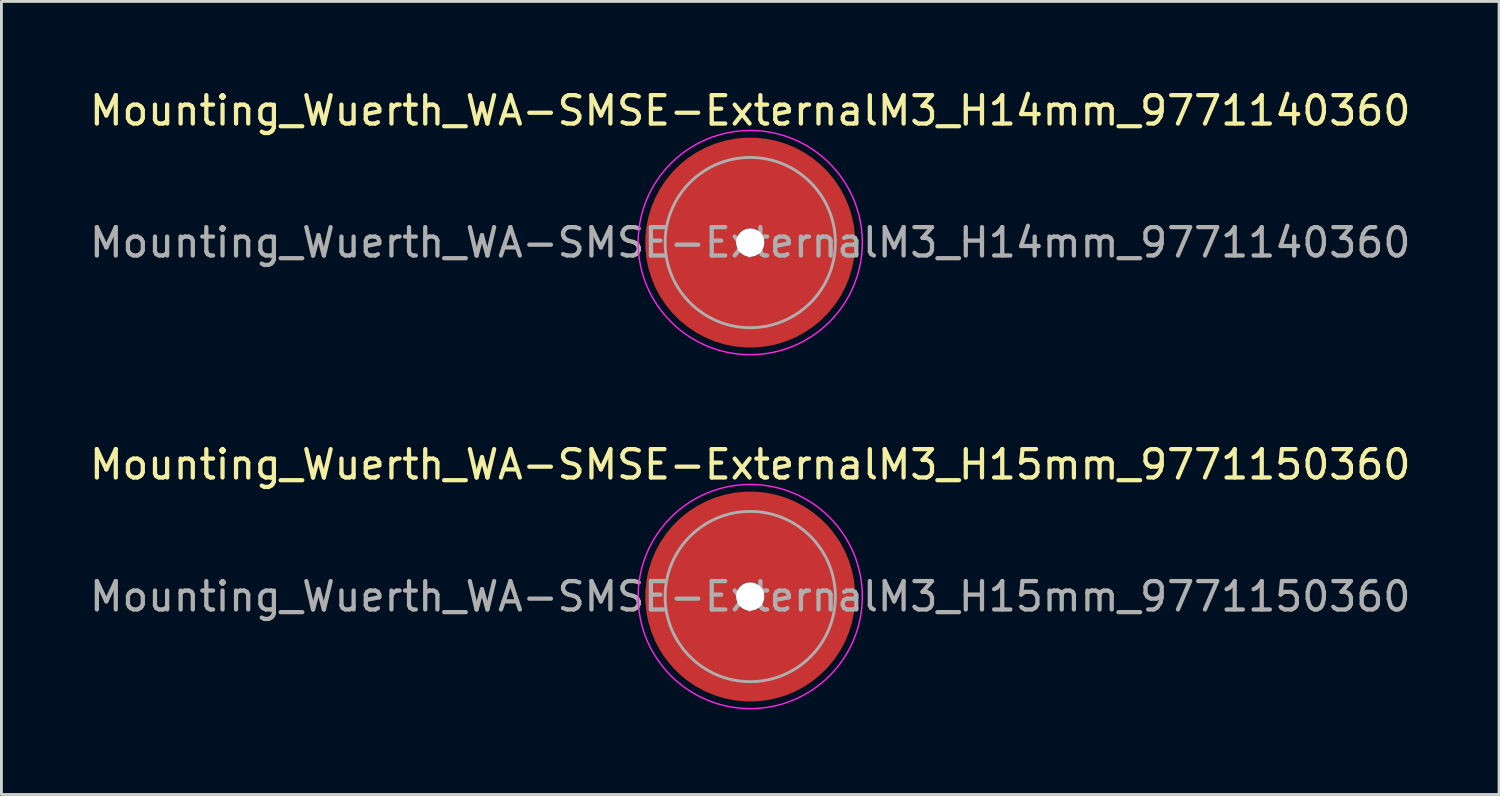
<source format=kicad_pcb>
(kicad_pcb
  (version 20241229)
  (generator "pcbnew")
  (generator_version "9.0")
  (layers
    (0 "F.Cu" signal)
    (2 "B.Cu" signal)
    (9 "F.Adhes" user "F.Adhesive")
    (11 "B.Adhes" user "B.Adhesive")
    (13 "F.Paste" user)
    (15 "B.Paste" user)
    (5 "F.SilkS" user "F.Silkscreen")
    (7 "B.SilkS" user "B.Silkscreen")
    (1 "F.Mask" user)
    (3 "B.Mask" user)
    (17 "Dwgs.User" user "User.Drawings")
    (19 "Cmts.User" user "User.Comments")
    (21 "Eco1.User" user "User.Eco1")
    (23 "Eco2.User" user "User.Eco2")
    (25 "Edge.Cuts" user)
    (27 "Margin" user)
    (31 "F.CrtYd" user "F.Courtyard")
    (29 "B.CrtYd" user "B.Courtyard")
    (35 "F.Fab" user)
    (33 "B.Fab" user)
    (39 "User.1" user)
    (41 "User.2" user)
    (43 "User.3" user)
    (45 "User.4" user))
  (footprint "Mounting_Wuerth_WA-SMSE-ExternalM3_H15mm_9771150360"
    (layer "F.Cu")
    (at 23.387 17.971)
    (property "Reference" "Mounting_Wuerth_WA-SMSE-ExternalM3_H15mm_9771150360" (at 0 -4.65 0) (layer "F.SilkS") (effects (font (size 1 1) (thickness 0.15))))
    (attr smd allow_soldermask_bridges)
    (fp_circle (center 0 0) (end 3.95 0) (stroke (width 0.05) (type solid)) (fill no) (layer "F.CrtYd"))
    (fp_circle (center 0 0) (end 3 0) (stroke (width 0.1) (type solid)) (fill no) (layer "F.Fab"))
    (fp_text user "${REFERENCE}" (at 0 0 0) (layer "F.Fab") (effects (font (size 1 1) (thickness 0.15))))
    (pad "" smd custom (at 0 -2.1) (size 1.5 1.5) (layers "F.Paste") (options (anchor circle)) (primitives (gr_arc (start -0.305123 1.47) (mid 0.371762 1.506879) (end 0.7 2.1) (width 0.2)) (gr_arc (start -0.493052 1.47) (mid 0.350399 1.380819) (end 0.8 2.1) (width 0.2)) (gr_arc (start -0.642729 1.47) (mid 0.340253 1.266797) (end 0.9 2.1) (width 0.2)) (gr_arc (start -0.776595 1.47) (mid 0.334219 1.157505) (end 1 2.1) (width 0.2)) (gr_arc (start -0.901721 1.47) (mid 0.330233 1.05074) (end 1.1 2.1) (width 0.2)) (gr_arc (start -1.021323 1.47) (mid 0.327424 0.945533) (end 1.2 2.1) (width 0.2)) (gr_arc (start -1.137146 1.47) (mid 0.325354 0.841372) (end 1.3 2.1) (width 0.2)) (gr_arc (start -1.25024 1.47) (mid 0.323778 0.737954) (end 1.4 2.1) (width 0.2)) (gr_arc (start -1.361286 1.47) (mid 0.322545 0.635089) (end 1.5 2.1) (width 0.2)) (gr_arc (start -1.470748 1.47) (mid 0.321561 0.532646) (end 1.6 2.1) (width 0.2)) (gr_arc (start -1.578955 1.47) (mid 0.320762 0.430535) (end 1.7 2.1) (width 0.2)) (gr_arc (start -1.686149 1.47) (mid 0.320102 0.328691) (end 1.8 2.1) (width 0.2)) (gr_arc (start -1.792512 1.47) (mid 0.319552 0.227065) (end 1.9 2.1) (width 0.2)) (gr_arc (start -1.898183 1.47) (mid 0.319087 0.125618) (end 2 2.1) (width 0.2)) (gr_arc (start -2.003272 1.47) (mid 0.318691 0.024323) (end 2.1 2.1) (width 0.2)) (gr_arc (start -2.107866 1.47) (mid 0.318351 -0.076845) (end 2.2 2.1) (width 0.2)) (gr_arc (start -2.212035 1.47) (mid 0.318056 -0.177903) (end 2.3 2.1) (width 0.2)) (gr_arc (start -2.315837 1.47) (mid 0.317798 -0.278866) (end 2.4 2.1) (width 0.2)) (gr_arc (start -2.419318 1.47) (mid 0.317573 -0.379747) (end 2.5 2.1) (width 0.2)) (gr_arc (start -2.522519 1.47) (mid 0.317373 -0.480557) (end 2.6 2.1) (width 0.2)) (gr_arc (start -2.625471 1.47) (mid 0.317197 -0.581303) (end 2.7 2.1) (width 0.2)) (gr_arc (start -2.728205 1.47) (mid 0.317039 -0.681993) (end 2.8 2.1) (width 0.2)) (gr_arc (start -2.830742 1.47) (mid 0.316898 -0.782633) (end 2.9 2.1) (width 0.2)) (gr_arc (start -2.933104 1.47) (mid 0.316771 -0.883229) (end 3 2.1) (width 0.2)) (gr_arc (start -3.035309 1.47) (mid 0.316656 -0.983785) (end 3.1 2.1) (width 0.2)) (gr_arc (start -3.137372 1.47) (mid 0.316553 -1.084304) (end 3.2 2.1) (width 0.2)) (gr_arc (start -3.239305 1.47) (mid 0.316458 -1.184791) (end 3.3 2.1) (width 0.2)) (gr_arc (start -3.341123 1.47) (mid 0.316373 -1.285249) (end 3.4 2.1) (width 0.2)) (gr_arc (start -3.442833 1.47) (mid 0.316294 -1.385679) (end 3.5 2.1) (width 0.2)) (gr_line (start 0.7 2.1) (end 3.5 2.1) (width 0.2)) (gr_line (start -0.305 1.47) (end -3.443 1.47) (width 0.2))))
    (pad "" np_thru_hole circle (at 0 0) (size 1 1) (drill 1) (layers "*.Cu" "*.Mask"))
    (pad "" smd custom (at 0 2.1) (size 1.5 1.5) (layers "F.Paste") (options (anchor circle)) (primitives (gr_arc (start 0.305123 -1.47) (mid -0.371762 -1.506879) (end -0.7 -2.1) (width 0.2)) (gr_arc (start 0.493052 -1.47) (mid -0.350399 -1.380819) (end -0.8 -2.1) (width 0.2)) (gr_arc (start 0.642729 -1.47) (mid -0.340253 -1.266797) (end -0.9 -2.1) (width 0.2)) (gr_arc (start 0.776595 -1.47) (mid -0.334219 -1.157505) (end -1 -2.1) (width 0.2)) (gr_arc (start 0.901721 -1.47) (mid -0.330233 -1.05074) (end -1.1 -2.1) (width 0.2)) (gr_arc (start 1.021323 -1.47) (mid -0.327424 -0.945533) (end -1.2 -2.1) (width 0.2)) (gr_arc (start 1.137146 -1.47) (mid -0.325354 -0.841372) (end -1.3 -2.1) (width 0.2)) (gr_arc (start 1.25024 -1.47) (mid -0.323778 -0.737954) (end -1.4 -2.1) (width 0.2)) (gr_arc (start 1.361286 -1.47) (mid -0.322545 -0.635089) (end -1.5 -2.1) (width 0.2)) (gr_arc (start 1.470748 -1.47) (mid -0.321561 -0.532646) (end -1.6 -2.1) (width 0.2)) (gr_arc (start 1.578955 -1.47) (mid -0.320762 -0.430535) (end -1.7 -2.1) (width 0.2)) (gr_arc (start 1.686149 -1.47) (mid -0.320102 -0.328691) (end -1.8 -2.1) (width 0.2)) (gr_arc (start 1.792512 -1.47) (mid -0.319552 -0.227065) (end -1.9 -2.1) (width 0.2)) (gr_arc (start 1.898183 -1.47) (mid -0.319087 -0.125618) (end -2 -2.1) (width 0.2)) (gr_arc (start 2.003272 -1.47) (mid -0.318691 -0.024323) (end -2.1 -2.1) (width 0.2)) (gr_arc (start 2.107866 -1.47) (mid -0.318351 0.076845) (end -2.2 -2.1) (width 0.2)) (gr_arc (start 2.212035 -1.47) (mid -0.318056 0.177903) (end -2.3 -2.1) (width 0.2)) (gr_arc (start 2.315837 -1.47) (mid -0.317798 0.278866) (end -2.4 -2.1) (width 0.2)) (gr_arc (start 2.419318 -1.47) (mid -0.317573 0.379747) (end -2.5 -2.1) (width 0.2)) (gr_arc (start 2.522519 -1.47) (mid -0.317373 0.480557) (end -2.6 -2.1) (width 0.2)) (gr_arc (start 2.625471 -1.47) (mid -0.317197 0.581303) (end -2.7 -2.1) (width 0.2)) (gr_arc (start 2.728205 -1.47) (mid -0.317039 0.681993) (end -2.8 -2.1) (width 0.2)) (gr_arc (start 2.830742 -1.47) (mid -0.316898 0.782633) (end -2.9 -2.1) (width 0.2)) (gr_arc (start 2.933104 -1.47) (mid -0.316771 0.883229) (end -3 -2.1) (width 0.2)) (gr_arc (start 3.035309 -1.47) (mid -0.316656 0.983785) (end -3.1 -2.1) (width 0.2)) (gr_arc (start 3.137372 -1.47) (mid -0.316553 1.084304) (end -3.2 -2.1) (width 0.2)) (gr_arc (start 3.239305 -1.47) (mid -0.316458 1.184791) (end -3.3 -2.1) (width 0.2)) (gr_arc (start 3.341123 -1.47) (mid -0.316373 1.285249) (end -3.4 -2.1) (width 0.2)) (gr_arc (start 3.442833 -1.47) (mid -0.316294 1.385679) (end -3.5 -2.1) (width 0.2)) (gr_line (start -0.7 -2.1) (end -3.5 -2.1) (width 0.2)) (gr_line (start 0.305 -1.47) (end 3.443 -1.47) (width 0.2))))
    (pad "1" smd circle (at -2.1 0) (size 2.692 2.692) (layers "F.Cu"))
    (pad "1" smd circle (at 0 -2.1) (size 2.692 2.692) (layers "F.Cu"))
    (pad "1" smd circle (at 0 2.1) (size 2.692 2.692) (layers "F.Cu"))
    (pad "1" smd custom (at 2.1 0) (size 3.2 3.2) (layers "F.Cu" "F.Mask") (options (anchor circle)) (primitives (gr_circle (center -2.1 0) (end 0 0) (width 3.2) (fill no)))))
  (footprint "Mounting_Wuerth_WA-SMSE-ExternalM3_H14mm_9771140360"
    (layer "F.Cu")
    (at 23.387 5.498)
    (property "Reference" "Mounting_Wuerth_WA-SMSE-ExternalM3_H14mm_9771140360" (at 0 -4.65 0) (layer "F.SilkS") (effects (font (size 1 1) (thickness 0.15))))
    (attr smd allow_soldermask_bridges)
    (fp_circle (center 0 0) (end 3.95 0) (stroke (width 0.05) (type solid)) (fill no) (layer "F.CrtYd"))
    (fp_circle (center 0 0) (end 3 0) (stroke (width 0.1) (type solid)) (fill no) (layer "F.Fab"))
    (fp_text user "${REFERENCE}" (at 0 0 0) (layer "F.Fab") (effects (font (size 1 1) (thickness 0.15))))
    (pad "" smd custom (at 0 -2.1) (size 1.5 1.5) (layers "F.Paste") (options (anchor circle)) (primitives (gr_arc (start -0.305123 1.47) (mid 0.371762 1.506879) (end 0.7 2.1) (width 0.2)) (gr_arc (start -0.493052 1.47) (mid 0.350399 1.380819) (end 0.8 2.1) (width 0.2)) (gr_arc (start -0.642729 1.47) (mid 0.340253 1.266797) (end 0.9 2.1) (width 0.2)) (gr_arc (start -0.776595 1.47) (mid 0.334219 1.157505) (end 1 2.1) (width 0.2)) (gr_arc (start -0.901721 1.47) (mid 0.330233 1.05074) (end 1.1 2.1) (width 0.2)) (gr_arc (start -1.021323 1.47) (mid 0.327424 0.945533) (end 1.2 2.1) (width 0.2)) (gr_arc (start -1.137146 1.47) (mid 0.325354 0.841372) (end 1.3 2.1) (width 0.2)) (gr_arc (start -1.25024 1.47) (mid 0.323778 0.737954) (end 1.4 2.1) (width 0.2)) (gr_arc (start -1.361286 1.47) (mid 0.322545 0.635089) (end 1.5 2.1) (width 0.2)) (gr_arc (start -1.470748 1.47) (mid 0.321561 0.532646) (end 1.6 2.1) (width 0.2)) (gr_arc (start -1.578955 1.47) (mid 0.320762 0.430535) (end 1.7 2.1) (width 0.2)) (gr_arc (start -1.686149 1.47) (mid 0.320102 0.328691) (end 1.8 2.1) (width 0.2)) (gr_arc (start -1.792512 1.47) (mid 0.319552 0.227065) (end 1.9 2.1) (width 0.2)) (gr_arc (start -1.898183 1.47) (mid 0.319087 0.125618) (end 2 2.1) (width 0.2)) (gr_arc (start -2.003272 1.47) (mid 0.318691 0.024323) (end 2.1 2.1) (width 0.2)) (gr_arc (start -2.107866 1.47) (mid 0.318351 -0.076845) (end 2.2 2.1) (width 0.2)) (gr_arc (start -2.212035 1.47) (mid 0.318056 -0.177903) (end 2.3 2.1) (width 0.2)) (gr_arc (start -2.315837 1.47) (mid 0.317798 -0.278866) (end 2.4 2.1) (width 0.2)) (gr_arc (start -2.419318 1.47) (mid 0.317573 -0.379747) (end 2.5 2.1) (width 0.2)) (gr_arc (start -2.522519 1.47) (mid 0.317373 -0.480557) (end 2.6 2.1) (width 0.2)) (gr_arc (start -2.625471 1.47) (mid 0.317197 -0.581303) (end 2.7 2.1) (width 0.2)) (gr_arc (start -2.728205 1.47) (mid 0.317039 -0.681993) (end 2.8 2.1) (width 0.2)) (gr_arc (start -2.830742 1.47) (mid 0.316898 -0.782633) (end 2.9 2.1) (width 0.2)) (gr_arc (start -2.933104 1.47) (mid 0.316771 -0.883229) (end 3 2.1) (width 0.2)) (gr_arc (start -3.035309 1.47) (mid 0.316656 -0.983785) (end 3.1 2.1) (width 0.2)) (gr_arc (start -3.137372 1.47) (mid 0.316553 -1.084304) (end 3.2 2.1) (width 0.2)) (gr_arc (start -3.239305 1.47) (mid 0.316458 -1.184791) (end 3.3 2.1) (width 0.2)) (gr_arc (start -3.341123 1.47) (mid 0.316373 -1.285249) (end 3.4 2.1) (width 0.2)) (gr_arc (start -3.442833 1.47) (mid 0.316294 -1.385679) (end 3.5 2.1) (width 0.2)) (gr_line (start 0.7 2.1) (end 3.5 2.1) (width 0.2)) (gr_line (start -0.305 1.47) (end -3.443 1.47) (width 0.2))))
    (pad "" np_thru_hole circle (at 0 0) (size 1 1) (drill 1) (layers "*.Cu" "*.Mask"))
    (pad "" smd custom (at 0 2.1) (size 1.5 1.5) (layers "F.Paste") (options (anchor circle)) (primitives (gr_arc (start 0.305123 -1.47) (mid -0.371762 -1.506879) (end -0.7 -2.1) (width 0.2)) (gr_arc (start 0.493052 -1.47) (mid -0.350399 -1.380819) (end -0.8 -2.1) (width 0.2)) (gr_arc (start 0.642729 -1.47) (mid -0.340253 -1.266797) (end -0.9 -2.1) (width 0.2)) (gr_arc (start 0.776595 -1.47) (mid -0.334219 -1.157505) (end -1 -2.1) (width 0.2)) (gr_arc (start 0.901721 -1.47) (mid -0.330233 -1.05074) (end -1.1 -2.1) (width 0.2)) (gr_arc (start 1.021323 -1.47) (mid -0.327424 -0.945533) (end -1.2 -2.1) (width 0.2)) (gr_arc (start 1.137146 -1.47) (mid -0.325354 -0.841372) (end -1.3 -2.1) (width 0.2)) (gr_arc (start 1.25024 -1.47) (mid -0.323778 -0.737954) (end -1.4 -2.1) (width 0.2)) (gr_arc (start 1.361286 -1.47) (mid -0.322545 -0.635089) (end -1.5 -2.1) (width 0.2)) (gr_arc (start 1.470748 -1.47) (mid -0.321561 -0.532646) (end -1.6 -2.1) (width 0.2)) (gr_arc (start 1.578955 -1.47) (mid -0.320762 -0.430535) (end -1.7 -2.1) (width 0.2)) (gr_arc (start 1.686149 -1.47) (mid -0.320102 -0.328691) (end -1.8 -2.1) (width 0.2)) (gr_arc (start 1.792512 -1.47) (mid -0.319552 -0.227065) (end -1.9 -2.1) (width 0.2)) (gr_arc (start 1.898183 -1.47) (mid -0.319087 -0.125618) (end -2 -2.1) (width 0.2)) (gr_arc (start 2.003272 -1.47) (mid -0.318691 -0.024323) (end -2.1 -2.1) (width 0.2)) (gr_arc (start 2.107866 -1.47) (mid -0.318351 0.076845) (end -2.2 -2.1) (width 0.2)) (gr_arc (start 2.212035 -1.47) (mid -0.318056 0.177903) (end -2.3 -2.1) (width 0.2)) (gr_arc (start 2.315837 -1.47) (mid -0.317798 0.278866) (end -2.4 -2.1) (width 0.2)) (gr_arc (start 2.419318 -1.47) (mid -0.317573 0.379747) (end -2.5 -2.1) (width 0.2)) (gr_arc (start 2.522519 -1.47) (mid -0.317373 0.480557) (end -2.6 -2.1) (width 0.2)) (gr_arc (start 2.625471 -1.47) (mid -0.317197 0.581303) (end -2.7 -2.1) (width 0.2)) (gr_arc (start 2.728205 -1.47) (mid -0.317039 0.681993) (end -2.8 -2.1) (width 0.2)) (gr_arc (start 2.830742 -1.47) (mid -0.316898 0.782633) (end -2.9 -2.1) (width 0.2)) (gr_arc (start 2.933104 -1.47) (mid -0.316771 0.883229) (end -3 -2.1) (width 0.2)) (gr_arc (start 3.035309 -1.47) (mid -0.316656 0.983785) (end -3.1 -2.1) (width 0.2)) (gr_arc (start 3.137372 -1.47) (mid -0.316553 1.084304) (end -3.2 -2.1) (width 0.2)) (gr_arc (start 3.239305 -1.47) (mid -0.316458 1.184791) (end -3.3 -2.1) (width 0.2)) (gr_arc (start 3.341123 -1.47) (mid -0.316373 1.285249) (end -3.4 -2.1) (width 0.2)) (gr_arc (start 3.442833 -1.47) (mid -0.316294 1.385679) (end -3.5 -2.1) (width 0.2)) (gr_line (start -0.7 -2.1) (end -3.5 -2.1) (width 0.2)) (gr_line (start 0.305 -1.47) (end 3.443 -1.47) (width 0.2))))
    (pad "1" smd circle (at -2.1 0) (size 2.692 2.692) (layers "F.Cu"))
    (pad "1" smd circle (at 0 -2.1) (size 2.692 2.692) (layers "F.Cu"))
    (pad "1" smd circle (at 0 2.1) (size 2.692 2.692) (layers "F.Cu"))
    (pad "1" smd custom (at 2.1 0) (size 3.2 3.2) (layers "F.Cu" "F.Mask") (options (anchor circle)) (primitives (gr_circle (center -2.1 0) (end 0 0) (width 3.2) (fill no)))))
  (gr_rect
    (start -3 -3)
    (end 49.774 24.947)
    (stroke (width 0.1) (type default))
    (fill no)
    (layer "Edge.Cuts")))
</source>
